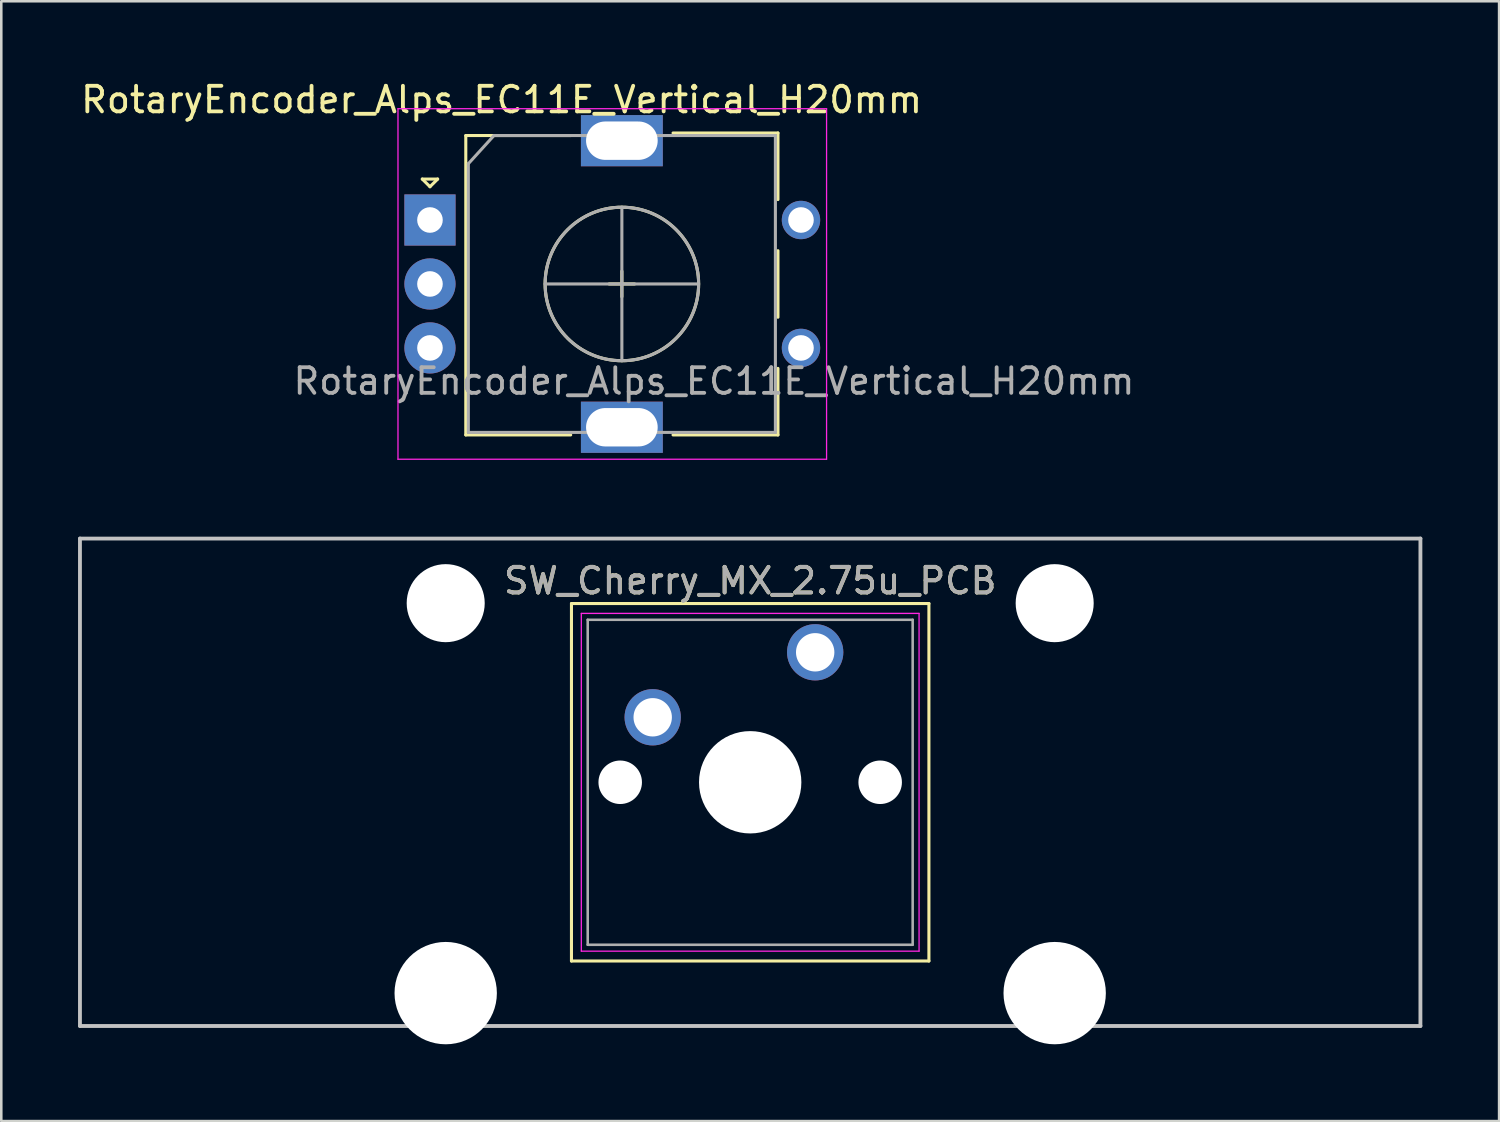
<source format=kicad_pcb>
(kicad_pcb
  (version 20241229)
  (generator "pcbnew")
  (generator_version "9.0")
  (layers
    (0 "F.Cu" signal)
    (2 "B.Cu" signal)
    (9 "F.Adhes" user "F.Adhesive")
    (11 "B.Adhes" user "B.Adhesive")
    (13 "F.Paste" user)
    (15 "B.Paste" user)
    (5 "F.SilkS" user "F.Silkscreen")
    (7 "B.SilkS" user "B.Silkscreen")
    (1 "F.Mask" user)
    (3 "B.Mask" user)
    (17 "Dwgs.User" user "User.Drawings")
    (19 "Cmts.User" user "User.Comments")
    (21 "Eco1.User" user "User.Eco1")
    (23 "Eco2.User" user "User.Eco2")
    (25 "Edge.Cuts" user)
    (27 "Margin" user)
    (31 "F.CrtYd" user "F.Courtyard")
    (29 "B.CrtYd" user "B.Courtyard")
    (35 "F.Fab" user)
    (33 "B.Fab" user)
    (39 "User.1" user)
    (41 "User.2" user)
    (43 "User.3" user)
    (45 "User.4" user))
  (footprint "RotaryEncoder_Alps_EC11E_Vertical_H20mm"
    (layer "F.Cu")
    (at 13.754 5.548)
    (property "Reference" "RotaryEncoder_Alps_EC11E_Vertical_H20mm" (at 2.8 -4.7 0) (layer "F.SilkS") (effects (font (size 1 1) (thickness 0.15))))
    (attr through_hole)
    (fp_line (start -0.3 -1.6) (end 0.3 -1.6) (stroke (width 0.12) (type solid)) (layer "F.SilkS"))
    (fp_line (start 0 -1.3) (end -0.3 -1.6) (stroke (width 0.12) (type solid)) (layer "F.SilkS"))
    (fp_line (start 0.3 -1.6) (end 0 -1.3) (stroke (width 0.12) (type solid)) (layer "F.SilkS"))
    (fp_line (start 1.4 -3.3) (end 1.4 8.4) (stroke (width 0.12) (type solid)) (layer "F.SilkS"))
    (fp_line (start 5.5 -3.3) (end 1.4 -3.3) (stroke (width 0.12) (type solid)) (layer "F.SilkS"))
    (fp_line (start 5.5 8.4) (end 1.4 8.4) (stroke (width 0.12) (type solid)) (layer "F.SilkS"))
    (fp_line (start 7 2.5) (end 8 2.5) (stroke (width 0.12) (type solid)) (layer "F.SilkS"))
    (fp_line (start 7.5 2) (end 7.5 3) (stroke (width 0.12) (type solid)) (layer "F.SilkS"))
    (fp_line (start 9.5 -3.4) (end 13.6 -3.4) (stroke (width 0.12) (type solid)) (layer "F.SilkS"))
    (fp_line (start 13.6 -3.4) (end 13.6 -0.8) (stroke (width 0.12) (type solid)) (layer "F.SilkS"))
    (fp_line (start 13.6 1.2) (end 13.6 3.8) (stroke (width 0.12) (type solid)) (layer "F.SilkS"))
    (fp_line (start 13.6 5.8) (end 13.6 8.4) (stroke (width 0.12) (type solid)) (layer "F.SilkS"))
    (fp_line (start 13.6 8.4) (end 9.5 8.4) (stroke (width 0.12) (type solid)) (layer "F.SilkS"))
    (fp_circle (center 7.5 2.5) (end 10.5 2.5) (stroke (width 0.12) (type solid)) (fill no) (layer "F.SilkS"))
    (fp_line (start -1.25 -4.35) (end -1.25 9.35) (stroke (width 0.05) (type solid)) (layer "F.CrtYd"))
    (fp_line (start -1.25 -4.35) (end 15.5 -4.35) (stroke (width 0.05) (type solid)) (layer "F.CrtYd"))
    (fp_line (start 15.5 9.35) (end -1.25 9.35) (stroke (width 0.05) (type solid)) (layer "F.CrtYd"))
    (fp_line (start 15.5 9.35) (end 15.5 -4.35) (stroke (width 0.05) (type solid)) (layer "F.CrtYd"))
    (fp_line (start 1.5 -2.2) (end 2.5 -3.3) (stroke (width 0.12) (type solid)) (layer "F.Fab"))
    (fp_line (start 1.5 8.3) (end 1.5 -2.2) (stroke (width 0.12) (type solid)) (layer "F.Fab"))
    (fp_line (start 2.5 -3.3) (end 13.5 -3.3) (stroke (width 0.12) (type solid)) (layer "F.Fab"))
    (fp_line (start 4.5 2.5) (end 10.5 2.5) (stroke (width 0.12) (type solid)) (layer "F.Fab"))
    (fp_line (start 7.5 -0.5) (end 7.5 5.5) (stroke (width 0.12) (type solid)) (layer "F.Fab"))
    (fp_line (start 13.5 -3.3) (end 13.5 8.3) (stroke (width 0.12) (type solid)) (layer "F.Fab"))
    (fp_line (start 13.5 8.3) (end 1.5 8.3) (stroke (width 0.12) (type solid)) (layer "F.Fab"))
    (fp_circle (center 7.5 2.5) (end 10.5 2.5) (stroke (width 0.12) (type solid)) (fill no) (layer "F.Fab"))
    (fp_text user "${REFERENCE}" (at 11.1 6.3 0) (layer "F.Fab") (effects (font (size 1 1) (thickness 0.15))))
    (pad "" thru_hole circle (at 14.5 0) (size 1.5 1.5) (drill 1) (layers "*.Cu" "*.Mask"))
    (pad "" thru_hole circle (at 14.5 5) (size 1.5 1.5) (drill 1) (layers "*.Cu" "*.Mask"))
    (pad "A" thru_hole rect (at 0 0) (size 2 2) (drill 1) (layers "*.Cu" "*.Mask"))
    (pad "B" thru_hole circle (at 0 5) (size 2 2) (drill 1) (layers "*.Cu" "*.Mask"))
    (pad "C" thru_hole circle (at 0 2.5) (size 2 2) (drill 1) (layers "*.Cu" "*.Mask"))
    (pad "MP" thru_hole rect (at 7.5 -3.1) (size 3.2 2) (drill oval 2.8 1.5) (layers "*.Cu" "*.Mask"))
    (pad "MP" thru_hole rect (at 7.5 8.1) (size 3.2 2) (drill oval 2.8 1.5) (layers "*.Cu" "*.Mask")))
  (footprint "SW_Cherry_MX_2.75u_PCB"
    (layer "F.Cu")
    (at 28.809 22.443)
    (property "Reference" "SW_Cherry_MX_2.75u_PCB" (at -2.54 -2.794 0) (layer "F.SilkS") (effects (font (size 1 1) (thickness 0.15))))
    (attr through_hole)
    (fp_line (start -9.525 -1.905) (end 4.445 -1.905) (stroke (width 0.12) (type solid)) (layer "F.SilkS"))
    (fp_line (start -9.525 12.065) (end -9.525 -1.905) (stroke (width 0.12) (type solid)) (layer "F.SilkS"))
    (fp_line (start 4.445 -1.905) (end 4.445 12.065) (stroke (width 0.12) (type solid)) (layer "F.SilkS"))
    (fp_line (start 4.445 12.065) (end -9.525 12.065) (stroke (width 0.12) (type solid)) (layer "F.SilkS"))
    (fp_line (start -28.734 -4.445) (end 23.654 -4.445) (stroke (width 0.15) (type solid)) (layer "Dwgs.User"))
    (fp_line (start -28.734 14.605) (end -28.734 -4.445) (stroke (width 0.15) (type solid)) (layer "Dwgs.User"))
    (fp_line (start 23.654 -4.445) (end 23.654 14.605) (stroke (width 0.15) (type solid)) (layer "Dwgs.User"))
    (fp_line (start 23.654 14.605) (end -28.734 14.605) (stroke (width 0.15) (type solid)) (layer "Dwgs.User"))
    (fp_line (start -9.14 -1.52) (end 4.06 -1.52) (stroke (width 0.05) (type solid)) (layer "F.CrtYd"))
    (fp_line (start -9.14 11.68) (end -9.14 -1.52) (stroke (width 0.05) (type solid)) (layer "F.CrtYd"))
    (fp_line (start 4.06 -1.52) (end 4.06 11.68) (stroke (width 0.05) (type solid)) (layer "F.CrtYd"))
    (fp_line (start 4.06 11.68) (end -9.14 11.68) (stroke (width 0.05) (type solid)) (layer "F.CrtYd"))
    (fp_line (start -8.89 -1.27) (end 3.81 -1.27) (stroke (width 0.1) (type solid)) (layer "F.Fab"))
    (fp_line (start -8.89 11.43) (end -8.89 -1.27) (stroke (width 0.1) (type solid)) (layer "F.Fab"))
    (fp_line (start 3.81 -1.27) (end 3.81 11.43) (stroke (width 0.1) (type solid)) (layer "F.Fab"))
    (fp_line (start 3.81 11.43) (end -8.89 11.43) (stroke (width 0.1) (type solid)) (layer "F.Fab"))
    (fp_text user "${REFERENCE}" (at -2.54 -2.794 0) (layer "F.Fab") (effects (font (size 1 1) (thickness 0.15))))
    (pad "" np_thru_hole circle (at -14.44 -1.92) (size 3.05 3.05) (drill 3.05) (layers "*.Cu" "*.Mask"))
    (pad "" np_thru_hole circle (at -14.44 13.32) (size 4 4) (drill 4) (layers "*.Cu" "*.Mask"))
    (pad "" np_thru_hole circle (at -7.62 5.08) (size 1.7 1.7) (drill 1.7) (layers "*.Cu" "*.Mask"))
    (pad "" np_thru_hole circle (at -2.54 5.08) (size 4 4) (drill 4) (layers "*.Cu" "*.Mask"))
    (pad "" np_thru_hole circle (at 2.54 5.08) (size 1.7 1.7) (drill 1.7) (layers "*.Cu" "*.Mask"))
    (pad "" np_thru_hole circle (at 9.36 -1.92) (size 3.05 3.05) (drill 3.05) (layers "*.Cu" "*.Mask"))
    (pad "" np_thru_hole circle (at 9.36 13.32) (size 4 4) (drill 4) (layers "*.Cu" "*.Mask"))
    (pad "1" thru_hole circle (at 0 0) (size 2.2 2.2) (drill 1.5) (layers "*.Cu" "*.Mask"))
    (pad "2" thru_hole circle (at -6.35 2.54) (size 2.2 2.2) (drill 1.5) (layers "*.Cu" "*.Mask")))
  (gr_rect
    (start -3 -3)
    (end 55.538 40.763)
    (stroke (width 0.1) (type default))
    (fill no)
    (layer "Edge.Cuts")))
</source>
